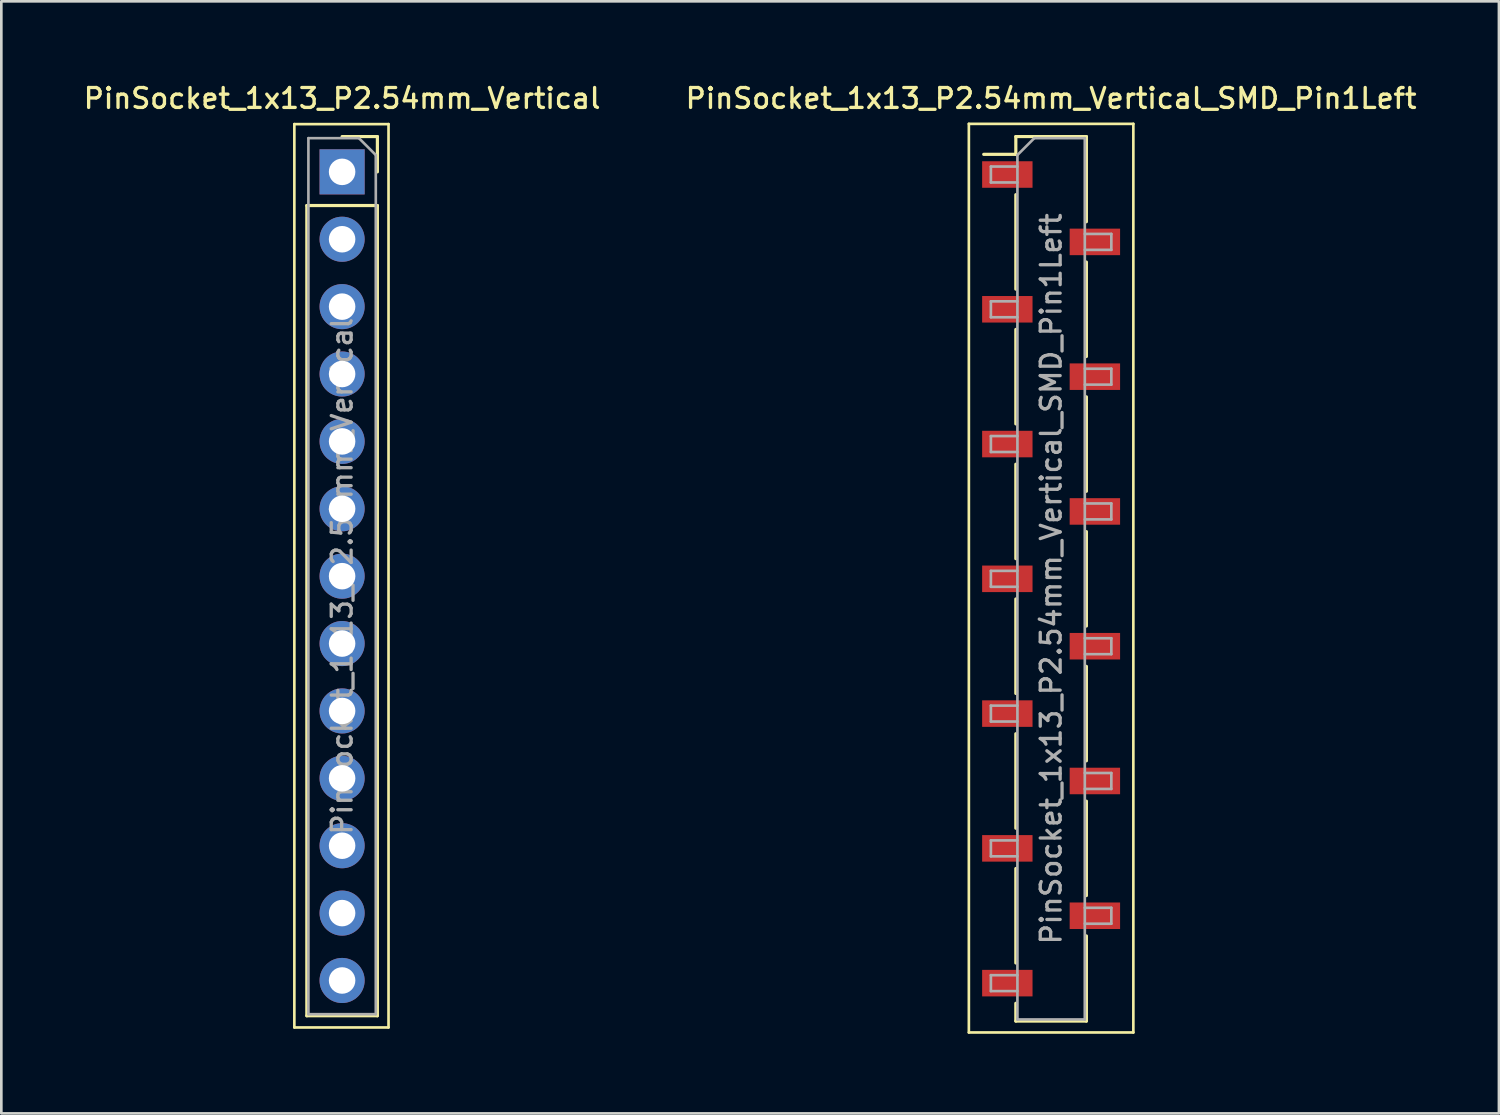
<source format=kicad_pcb>
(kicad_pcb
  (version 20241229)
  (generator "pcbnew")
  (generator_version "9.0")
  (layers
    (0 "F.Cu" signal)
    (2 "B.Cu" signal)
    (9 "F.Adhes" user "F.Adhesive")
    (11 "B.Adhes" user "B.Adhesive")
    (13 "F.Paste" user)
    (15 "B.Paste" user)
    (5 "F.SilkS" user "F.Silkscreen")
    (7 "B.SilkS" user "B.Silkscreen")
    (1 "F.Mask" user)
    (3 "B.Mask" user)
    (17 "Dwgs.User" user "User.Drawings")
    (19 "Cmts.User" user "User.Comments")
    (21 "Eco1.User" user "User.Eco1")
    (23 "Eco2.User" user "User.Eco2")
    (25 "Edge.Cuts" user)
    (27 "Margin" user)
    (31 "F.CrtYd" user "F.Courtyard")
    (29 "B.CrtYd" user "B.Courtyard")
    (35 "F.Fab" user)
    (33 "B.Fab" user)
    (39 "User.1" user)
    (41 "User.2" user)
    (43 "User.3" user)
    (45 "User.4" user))
  (footprint "PinSocket_1x13_P2.54mm_Vertical_SMD_Pin1Left"
    (layer "F.Cu")
    (at 36.57 18.768)
    (property "Reference" "PinSocket_1x13_P2.54mm_Vertical_SMD_Pin1Left" (at 0 -18.11 0) (layer "F.SilkS") (effects (font (size 0.75 0.75) (thickness 0.125))))
    (attr smd)
    (fp_line (start -3.1 -17.15) (end 3.1 -17.15) (stroke (width 0.1) (type solid)) (layer "F.SilkS"))
    (fp_line (start -3.1 17.1) (end -3.1 -17.15) (stroke (width 0.1) (type solid)) (layer "F.SilkS"))
    (fp_line (start -2.54 -16) (end -1.33 -16) (stroke (width 0.12) (type solid)) (layer "F.SilkS"))
    (fp_line (start -1.33 -16.67) (end -1.33 -16) (stroke (width 0.12) (type solid)) (layer "F.SilkS"))
    (fp_line (start -1.33 -16.67) (end 1.33 -16.67) (stroke (width 0.12) (type solid)) (layer "F.SilkS"))
    (fp_line (start -1.33 -14.48) (end -1.33 -10.92) (stroke (width 0.12) (type solid)) (layer "F.SilkS"))
    (fp_line (start -1.33 -9.4) (end -1.33 -5.84) (stroke (width 0.12) (type solid)) (layer "F.SilkS"))
    (fp_line (start -1.33 -4.32) (end -1.33 -0.76) (stroke (width 0.12) (type solid)) (layer "F.SilkS"))
    (fp_line (start -1.33 0.76) (end -1.33 4.32) (stroke (width 0.12) (type solid)) (layer "F.SilkS"))
    (fp_line (start -1.33 5.84) (end -1.33 9.4) (stroke (width 0.12) (type solid)) (layer "F.SilkS"))
    (fp_line (start -1.33 10.92) (end -1.33 14.48) (stroke (width 0.12) (type solid)) (layer "F.SilkS"))
    (fp_line (start -1.33 16) (end -1.33 16.67) (stroke (width 0.12) (type solid)) (layer "F.SilkS"))
    (fp_line (start -1.33 16.67) (end 1.33 16.67) (stroke (width 0.12) (type solid)) (layer "F.SilkS"))
    (fp_line (start 1.33 -16.67) (end 1.33 -13.46) (stroke (width 0.12) (type solid)) (layer "F.SilkS"))
    (fp_line (start 1.33 -11.94) (end 1.33 -8.38) (stroke (width 0.12) (type solid)) (layer "F.SilkS"))
    (fp_line (start 1.33 -6.86) (end 1.33 -3.3) (stroke (width 0.12) (type solid)) (layer "F.SilkS"))
    (fp_line (start 1.33 -1.78) (end 1.33 1.78) (stroke (width 0.12) (type solid)) (layer "F.SilkS"))
    (fp_line (start 1.33 3.3) (end 1.33 6.86) (stroke (width 0.12) (type solid)) (layer "F.SilkS"))
    (fp_line (start 1.33 8.38) (end 1.33 11.94) (stroke (width 0.12) (type solid)) (layer "F.SilkS"))
    (fp_line (start 1.33 13.46) (end 1.33 16.67) (stroke (width 0.12) (type solid)) (layer "F.SilkS"))
    (fp_line (start 3.1 -17.15) (end 3.1 17.1) (stroke (width 0.1) (type solid)) (layer "F.SilkS"))
    (fp_line (start 3.1 17.1) (end -3.1 17.1) (stroke (width 0.1) (type solid)) (layer "F.SilkS"))
    (fp_line (start -2.27 -15.54) (end -1.27 -15.54) (stroke (width 0.1) (type solid)) (layer "F.Fab"))
    (fp_line (start -2.27 -14.94) (end -2.27 -15.54) (stroke (width 0.1) (type solid)) (layer "F.Fab"))
    (fp_line (start -2.27 -10.46) (end -1.27 -10.46) (stroke (width 0.1) (type solid)) (layer "F.Fab"))
    (fp_line (start -2.27 -9.86) (end -2.27 -10.46) (stroke (width 0.1) (type solid)) (layer "F.Fab"))
    (fp_line (start -2.27 -5.38) (end -1.27 -5.38) (stroke (width 0.1) (type solid)) (layer "F.Fab"))
    (fp_line (start -2.27 -4.78) (end -2.27 -5.38) (stroke (width 0.1) (type solid)) (layer "F.Fab"))
    (fp_line (start -2.27 -0.3) (end -1.27 -0.3) (stroke (width 0.1) (type solid)) (layer "F.Fab"))
    (fp_line (start -2.27 0.3) (end -2.27 -0.3) (stroke (width 0.1) (type solid)) (layer "F.Fab"))
    (fp_line (start -2.27 4.78) (end -1.27 4.78) (stroke (width 0.1) (type solid)) (layer "F.Fab"))
    (fp_line (start -2.27 5.38) (end -2.27 4.78) (stroke (width 0.1) (type solid)) (layer "F.Fab"))
    (fp_line (start -2.27 9.86) (end -1.27 9.86) (stroke (width 0.1) (type solid)) (layer "F.Fab"))
    (fp_line (start -2.27 10.46) (end -2.27 9.86) (stroke (width 0.1) (type solid)) (layer "F.Fab"))
    (fp_line (start -2.27 14.94) (end -1.27 14.94) (stroke (width 0.1) (type solid)) (layer "F.Fab"))
    (fp_line (start -2.27 15.54) (end -2.27 14.94) (stroke (width 0.1) (type solid)) (layer "F.Fab"))
    (fp_line (start -1.27 -15.975) (end -0.635 -16.61) (stroke (width 0.1) (type solid)) (layer "F.Fab"))
    (fp_line (start -1.27 -14.94) (end -2.27 -14.94) (stroke (width 0.1) (type solid)) (layer "F.Fab"))
    (fp_line (start -1.27 -9.86) (end -2.27 -9.86) (stroke (width 0.1) (type solid)) (layer "F.Fab"))
    (fp_line (start -1.27 -4.78) (end -2.27 -4.78) (stroke (width 0.1) (type solid)) (layer "F.Fab"))
    (fp_line (start -1.27 0.3) (end -2.27 0.3) (stroke (width 0.1) (type solid)) (layer "F.Fab"))
    (fp_line (start -1.27 5.38) (end -2.27 5.38) (stroke (width 0.1) (type solid)) (layer "F.Fab"))
    (fp_line (start -1.27 10.46) (end -2.27 10.46) (stroke (width 0.1) (type solid)) (layer "F.Fab"))
    (fp_line (start -1.27 15.54) (end -2.27 15.54) (stroke (width 0.1) (type solid)) (layer "F.Fab"))
    (fp_line (start -1.27 16.61) (end -1.27 -15.975) (stroke (width 0.1) (type solid)) (layer "F.Fab"))
    (fp_line (start -0.635 -16.61) (end 1.27 -16.61) (stroke (width 0.1) (type solid)) (layer "F.Fab"))
    (fp_line (start 1.27 -16.61) (end 1.27 16.61) (stroke (width 0.1) (type solid)) (layer "F.Fab"))
    (fp_line (start 1.27 -13) (end 2.27 -13) (stroke (width 0.1) (type solid)) (layer "F.Fab"))
    (fp_line (start 1.27 -7.92) (end 2.27 -7.92) (stroke (width 0.1) (type solid)) (layer "F.Fab"))
    (fp_line (start 1.27 -2.84) (end 2.27 -2.84) (stroke (width 0.1) (type solid)) (layer "F.Fab"))
    (fp_line (start 1.27 2.24) (end 2.27 2.24) (stroke (width 0.1) (type solid)) (layer "F.Fab"))
    (fp_line (start 1.27 7.32) (end 2.27 7.32) (stroke (width 0.1) (type solid)) (layer "F.Fab"))
    (fp_line (start 1.27 12.4) (end 2.27 12.4) (stroke (width 0.1) (type solid)) (layer "F.Fab"))
    (fp_line (start 1.27 16.61) (end -1.27 16.61) (stroke (width 0.1) (type solid)) (layer "F.Fab"))
    (fp_line (start 2.27 -13) (end 2.27 -12.4) (stroke (width 0.1) (type solid)) (layer "F.Fab"))
    (fp_line (start 2.27 -12.4) (end 1.27 -12.4) (stroke (width 0.1) (type solid)) (layer "F.Fab"))
    (fp_line (start 2.27 -7.92) (end 2.27 -7.32) (stroke (width 0.1) (type solid)) (layer "F.Fab"))
    (fp_line (start 2.27 -7.32) (end 1.27 -7.32) (stroke (width 0.1) (type solid)) (layer "F.Fab"))
    (fp_line (start 2.27 -2.84) (end 2.27 -2.24) (stroke (width 0.1) (type solid)) (layer "F.Fab"))
    (fp_line (start 2.27 -2.24) (end 1.27 -2.24) (stroke (width 0.1) (type solid)) (layer "F.Fab"))
    (fp_line (start 2.27 2.24) (end 2.27 2.84) (stroke (width 0.1) (type solid)) (layer "F.Fab"))
    (fp_line (start 2.27 2.84) (end 1.27 2.84) (stroke (width 0.1) (type solid)) (layer "F.Fab"))
    (fp_line (start 2.27 7.32) (end 2.27 7.92) (stroke (width 0.1) (type solid)) (layer "F.Fab"))
    (fp_line (start 2.27 7.92) (end 1.27 7.92) (stroke (width 0.1) (type solid)) (layer "F.Fab"))
    (fp_line (start 2.27 12.4) (end 2.27 13) (stroke (width 0.1) (type solid)) (layer "F.Fab"))
    (fp_line (start 2.27 13) (end 1.27 13) (stroke (width 0.1) (type solid)) (layer "F.Fab"))
    (fp_text user "${REFERENCE}" (at 0 0 90) (layer "F.Fab") (effects (font (size 0.75 0.75) (thickness 0.125))))
    (pad "1" smd rect (at -1.65 -15.24) (size 1.9 1) (layers "F.Cu" "F.Mask" "F.Paste"))
    (pad "2" smd rect (at 1.65 -12.7) (size 1.9 1) (layers "F.Cu" "F.Mask" "F.Paste"))
    (pad "3" smd rect (at -1.65 -10.16) (size 1.9 1) (layers "F.Cu" "F.Mask" "F.Paste"))
    (pad "4" smd rect (at 1.65 -7.62) (size 1.9 1) (layers "F.Cu" "F.Mask" "F.Paste"))
    (pad "5" smd rect (at -1.65 -5.08) (size 1.9 1) (layers "F.Cu" "F.Mask" "F.Paste"))
    (pad "6" smd rect (at 1.65 -2.54) (size 1.9 1) (layers "F.Cu" "F.Mask" "F.Paste"))
    (pad "7" smd rect (at -1.65 0) (size 1.9 1) (layers "F.Cu" "F.Mask" "F.Paste"))
    (pad "8" smd rect (at 1.65 2.54) (size 1.9 1) (layers "F.Cu" "F.Mask" "F.Paste"))
    (pad "9" smd rect (at -1.65 5.08) (size 1.9 1) (layers "F.Cu" "F.Mask" "F.Paste"))
    (pad "10" smd rect (at 1.65 7.62) (size 1.9 1) (layers "F.Cu" "F.Mask" "F.Paste"))
    (pad "11" smd rect (at -1.65 10.16) (size 1.9 1) (layers "F.Cu" "F.Mask" "F.Paste"))
    (pad "12" smd rect (at 1.65 12.7) (size 1.9 1) (layers "F.Cu" "F.Mask" "F.Paste"))
    (pad "13" smd rect (at -1.65 15.24) (size 1.9 1) (layers "F.Cu" "F.Mask" "F.Paste")))
  (footprint "PinSocket_1x13_P2.54mm_Vertical"
    (layer "F.Cu")
    (at 9.845 3.428)
    (property "Reference" "PinSocket_1x13_P2.54mm_Vertical" (at 0 -2.77 0) (layer "F.SilkS") (effects (font (size 0.75 0.75) (thickness 0.125))))
    (attr through_hole)
    (fp_line (start -1.8 -1.8) (end 1.75 -1.8) (stroke (width 0.1) (type solid)) (layer "F.SilkS"))
    (fp_line (start -1.8 32.25) (end -1.8 -1.8) (stroke (width 0.1) (type solid)) (layer "F.SilkS"))
    (fp_line (start -1.33 1.27) (end -1.33 31.81) (stroke (width 0.12) (type solid)) (layer "F.SilkS"))
    (fp_line (start -1.33 1.27) (end 1.33 1.27) (stroke (width 0.12) (type solid)) (layer "F.SilkS"))
    (fp_line (start -1.33 31.81) (end 1.33 31.81) (stroke (width 0.12) (type solid)) (layer "F.SilkS"))
    (fp_line (start 0 -1.33) (end 1.33 -1.33) (stroke (width 0.12) (type solid)) (layer "F.SilkS"))
    (fp_line (start 1.33 -1.33) (end 1.33 0) (stroke (width 0.12) (type solid)) (layer "F.SilkS"))
    (fp_line (start 1.33 1.27) (end 1.33 31.81) (stroke (width 0.12) (type solid)) (layer "F.SilkS"))
    (fp_line (start 1.75 -1.8) (end 1.75 32.25) (stroke (width 0.1) (type solid)) (layer "F.SilkS"))
    (fp_line (start 1.75 32.25) (end -1.8 32.25) (stroke (width 0.1) (type solid)) (layer "F.SilkS"))
    (fp_line (start -1.27 -1.27) (end 0.635 -1.27) (stroke (width 0.1) (type solid)) (layer "F.Fab"))
    (fp_line (start -1.27 31.75) (end -1.27 -1.27) (stroke (width 0.1) (type solid)) (layer "F.Fab"))
    (fp_line (start 0.635 -1.27) (end 1.27 -0.635) (stroke (width 0.1) (type solid)) (layer "F.Fab"))
    (fp_line (start 1.27 -0.635) (end 1.27 31.75) (stroke (width 0.1) (type solid)) (layer "F.Fab"))
    (fp_line (start 1.27 31.75) (end -1.27 31.75) (stroke (width 0.1) (type solid)) (layer "F.Fab"))
    (fp_text user "${REFERENCE}" (at 0 15.24 90) (layer "F.Fab") (effects (font (size 0.75 0.75) (thickness 0.125))))
    (pad "1" thru_hole rect (at 0 0) (size 1.7 1.7) (drill 1) (layers "*.Cu" "*.Mask"))
    (pad "2" thru_hole oval (at 0 2.54) (size 1.7 1.7) (drill 1) (layers "*.Cu" "*.Mask"))
    (pad "3" thru_hole oval (at 0 5.08) (size 1.7 1.7) (drill 1) (layers "*.Cu" "*.Mask"))
    (pad "4" thru_hole oval (at 0 7.62) (size 1.7 1.7) (drill 1) (layers "*.Cu" "*.Mask"))
    (pad "5" thru_hole oval (at 0 10.16) (size 1.7 1.7) (drill 1) (layers "*.Cu" "*.Mask"))
    (pad "6" thru_hole oval (at 0 12.7) (size 1.7 1.7) (drill 1) (layers "*.Cu" "*.Mask"))
    (pad "7" thru_hole oval (at 0 15.24) (size 1.7 1.7) (drill 1) (layers "*.Cu" "*.Mask"))
    (pad "8" thru_hole oval (at 0 17.78) (size 1.7 1.7) (drill 1) (layers "*.Cu" "*.Mask"))
    (pad "9" thru_hole oval (at 0 20.32) (size 1.7 1.7) (drill 1) (layers "*.Cu" "*.Mask"))
    (pad "10" thru_hole oval (at 0 22.86) (size 1.7 1.7) (drill 1) (layers "*.Cu" "*.Mask"))
    (pad "11" thru_hole oval (at 0 25.4) (size 1.7 1.7) (drill 1) (layers "*.Cu" "*.Mask"))
    (pad "12" thru_hole oval (at 0 27.94) (size 1.7 1.7) (drill 1) (layers "*.Cu" "*.Mask"))
    (pad "13" thru_hole oval (at 0 30.48) (size 1.7 1.7) (drill 1) (layers "*.Cu" "*.Mask")))
  (gr_rect
    (start -3 -3)
    (end 53.45 38.918)
    (stroke (width 0.1) (type default))
    (fill no)
    (layer "Edge.Cuts")))
</source>
